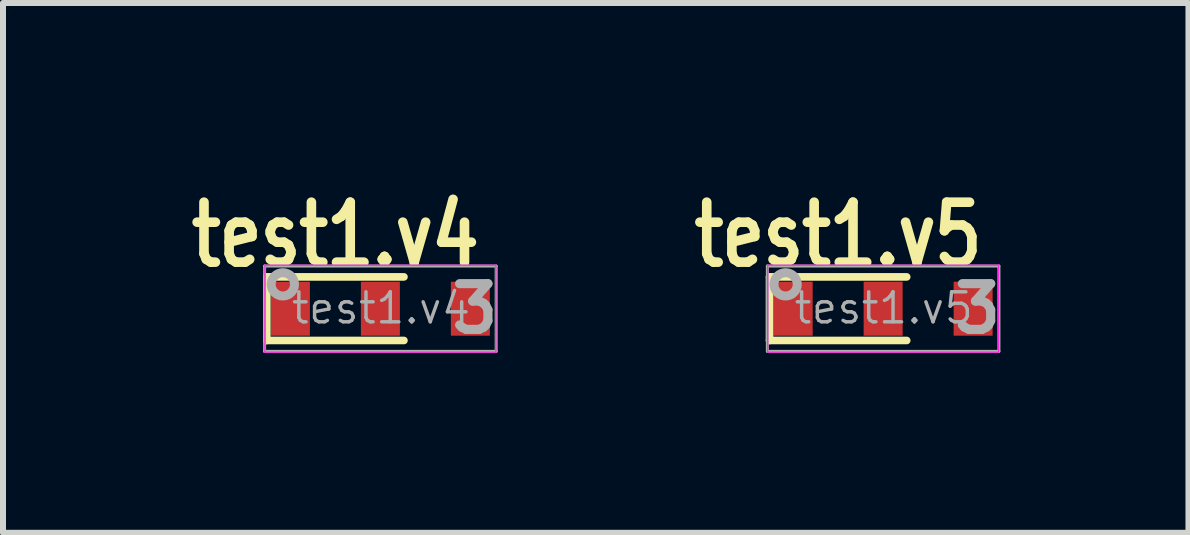
<source format=kicad_pcb>
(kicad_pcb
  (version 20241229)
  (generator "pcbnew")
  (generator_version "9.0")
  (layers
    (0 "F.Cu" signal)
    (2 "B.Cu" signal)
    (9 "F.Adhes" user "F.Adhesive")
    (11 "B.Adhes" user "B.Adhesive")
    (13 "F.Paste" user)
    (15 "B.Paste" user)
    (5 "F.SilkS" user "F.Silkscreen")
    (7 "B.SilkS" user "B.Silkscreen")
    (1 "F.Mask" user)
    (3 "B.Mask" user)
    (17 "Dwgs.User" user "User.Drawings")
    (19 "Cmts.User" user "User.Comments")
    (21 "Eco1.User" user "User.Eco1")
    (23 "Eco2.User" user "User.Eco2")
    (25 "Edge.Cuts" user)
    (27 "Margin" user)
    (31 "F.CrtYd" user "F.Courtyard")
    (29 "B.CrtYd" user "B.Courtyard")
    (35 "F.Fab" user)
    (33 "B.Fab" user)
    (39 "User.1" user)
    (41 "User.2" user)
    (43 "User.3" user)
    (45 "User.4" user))
  (footprint "test1.v5"
    (layer "F.Cu")
    (at 11.672 2.096)
    (property "Reference" "test1.v5" (at -0.75 -1.23 0) (layer "F.SilkS") (effects (font (size 1 0.8) (thickness 0.16))))
    (attr smd)
    (fp_line (start -1.893 -0.53) (end 0.393 -0.53) (stroke (width 0.127) (type solid)) (layer "F.SilkS"))
    (fp_line (start -1.893 0.53) (end -1.893 -0.53) (stroke (width 0.127) (type solid)) (layer "F.SilkS"))
    (fp_line (start 0.393 0.53) (end -1.893 0.53) (stroke (width 0.127) (type solid)) (layer "F.SilkS"))
    (fp_line (start -1.925 -0.725) (end -1.925 0.725) (stroke (width 0.02) (type solid)) (layer "F.CrtYd"))
    (fp_line (start 1.925 -0.725) (end -1.925 -0.725) (stroke (width 0.02) (type solid)) (layer "F.CrtYd"))
    (fp_line (start 1.925 -0.725) (end 1.925 0.725) (stroke (width 0.02) (type solid)) (layer "F.CrtYd"))
    (fp_line (start 1.925 0.725) (end -1.925 0.725) (stroke (width 0.02) (type solid)) (layer "F.CrtYd"))
    (fp_line (start -1.93 -0.711) (end -1.93 0.711) (stroke (width 0.05) (type solid)) (layer "F.Fab"))
    (fp_line (start 1.93 0.711) (end -1.93 0.711) (stroke (width 0.05) (type solid)) (layer "F.Fab"))
    (fp_line (start 1.93 -0.711) (end -1.93 -0.711) (stroke (width 0.05) (type solid)) (layer "F.Fab"))
    (fp_line (start 1.93 -0.711) (end 1.93 0.711) (stroke (width 0.05) (type solid)) (layer "F.Fab"))
    (fp_circle (center -1.626 -0.406) (end -1.436 -0.446) (stroke (width 0.15) (type solid)) (fill no) (layer "F.Fab"))
    (fp_text user "3" (at 1.575 0 0) (layer "F.Fab") (effects (font (size 0.762 0.762) (thickness 0.152))))
    (fp_text user "${REFERENCE}" (at 0.01 -0.01 0) (layer "F.Fab") (effects (font (size 0.5 0.5) (thickness 0.057))))
    (pad "1" smd rect (at -1.5 0) (size 0.65 0.9) (layers "F.Cu" "F.Mask" "F.Paste"))
    (pad "2" smd rect (at 0 0) (size 0.65 0.9) (layers "F.Cu" "F.Mask" "F.Paste"))
    (pad "3" smd rect (at 1.5 0) (size 0.65 0.9) (layers "F.Cu" "F.Mask" "F.Paste")))
  (footprint "test1.v4"
    (layer "F.Cu")
    (at 3.291 2.096)
    (property "Reference" "test1.v4" (at -0.75 -1.23 0) (layer "F.SilkS") (effects (font (size 1 0.8) (thickness 0.16))))
    (attr smd)
    (fp_line (start -1.893 -0.53) (end 0.393 -0.53) (stroke (width 0.127) (type solid)) (layer "F.SilkS"))
    (fp_line (start -1.893 0.53) (end -1.893 -0.53) (stroke (width 0.127) (type solid)) (layer "F.SilkS"))
    (fp_line (start 0.393 0.53) (end -1.893 0.53) (stroke (width 0.127) (type solid)) (layer "F.SilkS"))
    (fp_line (start -1.925 -0.725) (end -1.925 0.725) (stroke (width 0.02) (type solid)) (layer "F.CrtYd"))
    (fp_line (start 1.925 -0.725) (end -1.925 -0.725) (stroke (width 0.02) (type solid)) (layer "F.CrtYd"))
    (fp_line (start 1.925 -0.725) (end 1.925 0.725) (stroke (width 0.02) (type solid)) (layer "F.CrtYd"))
    (fp_line (start 1.925 0.725) (end -1.925 0.725) (stroke (width 0.02) (type solid)) (layer "F.CrtYd"))
    (fp_line (start -1.93 -0.711) (end -1.93 0.711) (stroke (width 0.05) (type solid)) (layer "F.Fab"))
    (fp_line (start 1.93 0.711) (end -1.93 0.711) (stroke (width 0.05) (type solid)) (layer "F.Fab"))
    (fp_line (start 1.93 -0.711) (end -1.93 -0.711) (stroke (width 0.05) (type solid)) (layer "F.Fab"))
    (fp_line (start 1.93 -0.711) (end 1.93 0.711) (stroke (width 0.05) (type solid)) (layer "F.Fab"))
    (fp_circle (center -1.626 -0.406) (end -1.436 -0.446) (stroke (width 0.15) (type solid)) (fill no) (layer "F.Fab"))
    (fp_text user "${REFERENCE}" (at 0.01 -0.01 0) (layer "F.Fab") (effects (font (size 0.5 0.5) (thickness 0.057))))
    (fp_text user "3" (at 1.575 0 0) (layer "F.Fab") (effects (font (size 0.762 0.762) (thickness 0.152))))
    (pad "1" smd rect (at -1.5 0) (size 0.65 0.9) (layers "F.Cu" "F.Mask" "F.Paste"))
    (pad "2" smd rect (at 0 0) (size 0.65 0.9) (layers "F.Cu" "F.Mask" "F.Paste"))
    (pad "3" smd rect (at 1.5 0) (size 0.65 0.9) (layers "F.Cu" "F.Mask" "F.Paste")))
  (gr_rect
    (start -3 -3)
    (end 16.762 5.832)
    (stroke (width 0.1) (type default))
    (fill no)
    (layer "Edge.Cuts")))
</source>
